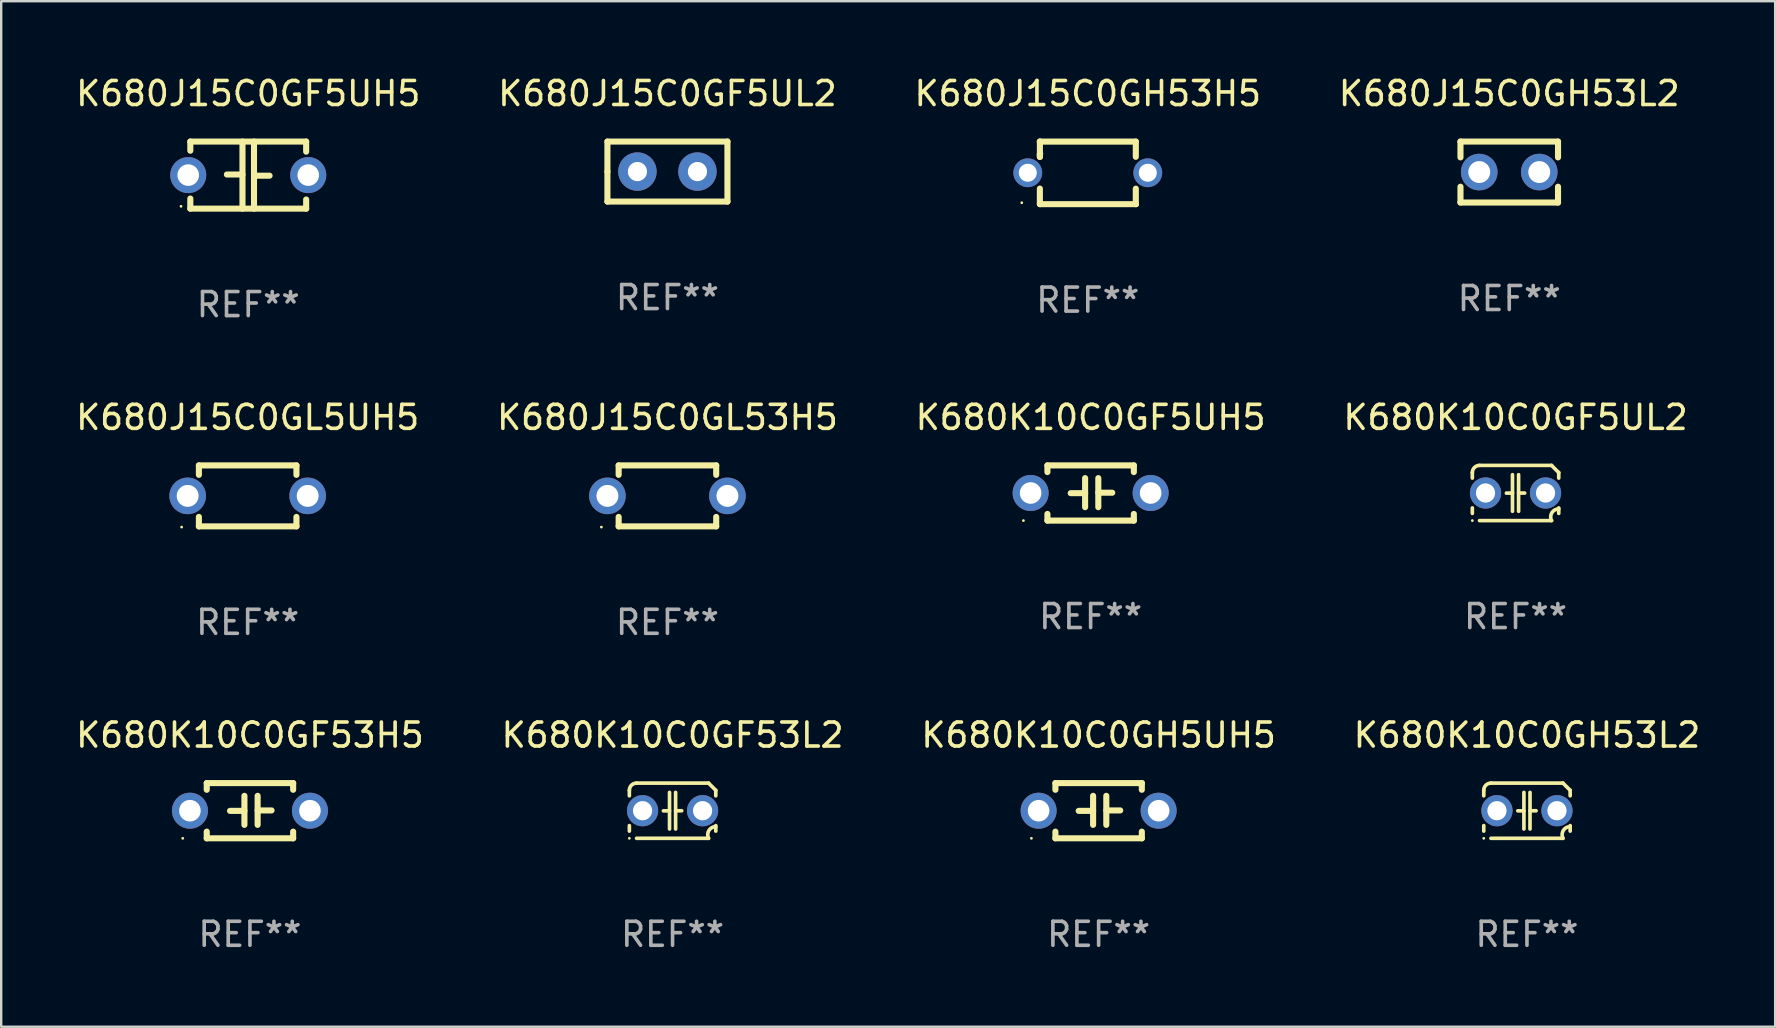
<source format=kicad_pcb>
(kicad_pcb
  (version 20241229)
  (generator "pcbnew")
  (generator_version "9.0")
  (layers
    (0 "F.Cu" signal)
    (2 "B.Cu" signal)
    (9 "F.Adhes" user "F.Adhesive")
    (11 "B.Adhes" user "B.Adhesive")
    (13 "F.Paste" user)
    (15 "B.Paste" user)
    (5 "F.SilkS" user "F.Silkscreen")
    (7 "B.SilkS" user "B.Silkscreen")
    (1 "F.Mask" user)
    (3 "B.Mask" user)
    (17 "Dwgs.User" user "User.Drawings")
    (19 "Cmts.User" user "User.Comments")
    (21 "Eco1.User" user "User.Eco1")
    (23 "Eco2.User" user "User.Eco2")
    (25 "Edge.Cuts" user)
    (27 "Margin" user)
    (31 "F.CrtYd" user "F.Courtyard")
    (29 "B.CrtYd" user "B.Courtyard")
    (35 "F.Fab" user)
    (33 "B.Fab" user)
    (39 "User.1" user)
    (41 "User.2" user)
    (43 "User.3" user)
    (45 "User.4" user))
  (footprint "K680K10C0GH53L2"
    (layer "F.Cu")
    (at 60.565 30.725)
    (property "Reference" "K680K10C0GH53L2" (at 0 -3.15 0) (layer "F.SilkS") (effects (font (size 1 1) (thickness 0.15))))
    (attr through_hole)
    (fp_line (start -1.8 -0.621) (end -1.8 -0.85) (stroke (width 0.152) (type solid)) (layer "F.SilkS"))
    (fp_line (start -1.8 0.85) (end -1.8 0.621) (stroke (width 0.152) (type solid)) (layer "F.SilkS"))
    (fp_line (start -1.5 -1.15) (end 1.5 -1.15) (stroke (width 0.152) (type solid)) (layer "F.SilkS"))
    (fp_line (start -0.127 -0.762) (end -0.127 0.762) (stroke (width 0.152) (type solid)) (layer "F.SilkS"))
    (fp_line (start -0.127 0.005) (end -0.381 0.005) (stroke (width 0.152) (type solid)) (layer "F.SilkS"))
    (fp_line (start 0.127 -0.762) (end 0.127 0.762) (stroke (width 0.152) (type solid)) (layer "F.SilkS"))
    (fp_line (start 0.127 0.002) (end 0.381 0.002) (stroke (width 0.152) (type solid)) (layer "F.SilkS"))
    (fp_line (start 1.5 1.15) (end -1.5 1.15) (stroke (width 0.152) (type solid)) (layer "F.SilkS"))
    (fp_line (start 1.8 -0.85) (end 1.8 -0.621) (stroke (width 0.152) (type solid)) (layer "F.SilkS"))
    (fp_line (start 1.8 0.621) (end 1.8 0.85) (stroke (width 0.152) (type solid)) (layer "F.SilkS"))
    (fp_arc (start -1.799975 -0.849987) (mid -1.712107 -1.062119) (end -1.499975 -1.149987) (stroke (width 0.151994) (type solid)) (layer "F.SilkS"))
    (fp_arc (start 1.499975 1.149987) (mid 1.513726 0.822359) (end 1.799975 0.662387) (stroke (width 0.151994) (type solid)) (layer "F.SilkS"))
    (fp_arc (start 1.500001 -1.149986) (mid 1.650015 -1.000001) (end 1.8 -0.849987) (stroke (width 0.151994) (type solid)) (layer "F.SilkS"))
    (fp_circle (center -1.8 1.15) (end -1.77 1.15) (stroke (width 0.06) (type solid)) (fill no) (layer "F.SilkS"))
    (fp_text user "REF**" (at 0 5.15 0) (layer "F.Fab") (effects (font (size 1 1) (thickness 0.15))))
    (pad "1" thru_hole circle (at -1.25 0) (size 1.3 1.3) (drill 0.8) (layers "*.Cu" "*.Mask"))
    (pad "2" thru_hole circle (at 1.25 0) (size 1.3 1.3) (drill 0.8) (layers "*.Cu" "*.Mask")))
  (footprint "K680J15C0GL5UH5"
    (layer "F.Cu")
    (at 7.268 17.609)
    (property "Reference" "K680J15C0GL5UH5" (at 0 -3.27 0) (layer "F.SilkS") (effects (font (size 1 1) (thickness 0.15))))
    (attr through_hole)
    (fp_line (start -2.032 -1.27) (end -2.032 -0.876) (stroke (width 0.254) (type solid)) (layer "F.SilkS"))
    (fp_line (start -2.032 0.876) (end -2.032 1.27) (stroke (width 0.254) (type solid)) (layer "F.SilkS"))
    (fp_line (start -2.032 1.27) (end 2.032 1.27) (stroke (width 0.254) (type solid)) (layer "F.SilkS"))
    (fp_line (start 2.032 -1.27) (end -2.032 -1.27) (stroke (width 0.254) (type solid)) (layer "F.SilkS"))
    (fp_line (start 2.032 -0.876) (end 2.032 -1.27) (stroke (width 0.254) (type solid)) (layer "F.SilkS"))
    (fp_line (start 2.032 1.27) (end 2.032 0.876) (stroke (width 0.254) (type solid)) (layer "F.SilkS"))
    (fp_circle (center -2.751 1.3) (end -2.721 1.3) (stroke (width 0.06) (type solid)) (fill no) (layer "F.SilkS"))
    (fp_text user "REF**" (at 0 5.27 0) (layer "F.Fab") (effects (font (size 1 1) (thickness 0.15))))
    (pad "1" thru_hole circle (at -2.5 0) (size 1.524 1.524) (drill 0.914) (layers "*.Cu" "*.Mask"))
    (pad "2" thru_hole circle (at 2.5 0) (size 1.524 1.524) (drill 0.914) (layers "*.Cu" "*.Mask")))
  (footprint "K680J15C0GL53H5"
    (layer "F.Cu")
    (at 24.756 17.609)
    (property "Reference" "K680J15C0GL53H5" (at 0 -3.27 0) (layer "F.SilkS") (effects (font (size 1 1) (thickness 0.15))))
    (attr through_hole)
    (fp_line (start -2.032 -1.27) (end -2.032 -0.876) (stroke (width 0.254) (type solid)) (layer "F.SilkS"))
    (fp_line (start -2.032 0.876) (end -2.032 1.27) (stroke (width 0.254) (type solid)) (layer "F.SilkS"))
    (fp_line (start -2.032 1.27) (end 2.032 1.27) (stroke (width 0.254) (type solid)) (layer "F.SilkS"))
    (fp_line (start 2.032 -1.27) (end -2.032 -1.27) (stroke (width 0.254) (type solid)) (layer "F.SilkS"))
    (fp_line (start 2.032 -0.876) (end 2.032 -1.27) (stroke (width 0.254) (type solid)) (layer "F.SilkS"))
    (fp_line (start 2.032 1.27) (end 2.032 0.876) (stroke (width 0.254) (type solid)) (layer "F.SilkS"))
    (fp_circle (center -2.751 1.3) (end -2.721 1.3) (stroke (width 0.06) (type solid)) (fill no) (layer "F.SilkS"))
    (fp_text user "REF**" (at 0 5.27 0) (layer "F.Fab") (effects (font (size 1 1) (thickness 0.15))))
    (pad "1" thru_hole circle (at -2.5 0) (size 1.524 1.524) (drill 0.914) (layers "*.Cu" "*.Mask"))
    (pad "2" thru_hole circle (at 2.5 0) (size 1.524 1.524) (drill 0.914) (layers "*.Cu" "*.Mask")))
  (footprint "K680J15C0GH53H5"
    (layer "F.Cu")
    (at 42.268 4.152)
    (property "Reference" "K680J15C0GH53H5" (at 0 -3.303 0) (layer "F.SilkS") (effects (font (size 1 1) (thickness 0.15))))
    (attr through_hole)
    (fp_line (start -1.996 -0.782) (end -1.983 -0.795) (stroke (width 0.254) (type solid)) (layer "F.SilkS"))
    (fp_line (start -1.996 -0.665) (end -1.996 -0.782) (stroke (width 0.254) (type solid)) (layer "F.SilkS"))
    (fp_line (start -1.996 1.297) (end -1.996 0.655) (stroke (width 0.254) (type solid)) (layer "F.SilkS"))
    (fp_line (start -1.996 -1.303) (end 2.001 -1.303) (stroke (width 0.254) (type solid)) (layer "F.SilkS"))
    (fp_line (start -1.995 -1.303) (end -1.996 -1.303) (stroke (width 0.254) (type solid)) (layer "F.SilkS"))
    (fp_line (start -1.995 -0.664) (end -1.995 -1.303) (stroke (width 0.254) (type solid)) (layer "F.SilkS"))
    (fp_line (start -1.99 1.303) (end -1.996 1.297) (stroke (width 0.254) (type solid)) (layer "F.SilkS"))
    (fp_line (start 2.001 -1.303) (end 2.001 -0.669) (stroke (width 0.254) (type solid)) (layer "F.SilkS"))
    (fp_line (start 2.001 0.659) (end 2.001 1.297) (stroke (width 0.254) (type solid)) (layer "F.SilkS"))
    (fp_line (start 2.001 1.297) (end 2.008 1.303) (stroke (width 0.254) (type solid)) (layer "F.SilkS"))
    (fp_line (start 2.008 1.303) (end -1.99 1.303) (stroke (width 0.254) (type solid)) (layer "F.SilkS"))
    (fp_circle (center -2.75 1.245) (end -2.72 1.245) (stroke (width 0.06) (type solid)) (fill no) (layer "F.SilkS"))
    (fp_text user "REF**" (at 0 5.303 0) (layer "F.Fab") (effects (font (size 1 1) (thickness 0.15))))
    (pad "1" thru_hole circle (at -2.5 -0.005) (size 1.2 1.2) (drill 0.75) (layers "*.Cu" "*.Mask"))
    (pad "2" thru_hole circle (at 2.5 -0.005) (size 1.2 1.2) (drill 0.75) (layers "*.Cu" "*.Mask")))
  (footprint "K680K10C0GH5UH5"
    (layer "F.Cu")
    (at 42.72 30.725)
    (property "Reference" "K680K10C0GH5UH5" (at 0 -3.15 0) (layer "F.SilkS") (effects (font (size 1 1) (thickness 0.15))))
    (attr through_hole)
    (fp_line (start -1.8 -1.15) (end -1.8 -0.872) (stroke (width 0.254) (type solid)) (layer "F.SilkS"))
    (fp_line (start -1.8 -1.15) (end 1.8 -1.15) (stroke (width 0.254) (type solid)) (layer "F.SilkS"))
    (fp_line (start -1.8 0.872) (end -1.8 1.15) (stroke (width 0.254) (type solid)) (layer "F.SilkS"))
    (fp_line (start -1.8 1.15) (end 1.8 1.15) (stroke (width 0.254) (type solid)) (layer "F.SilkS"))
    (fp_line (start -0.23 -0.62) (end -0.23 0.59) (stroke (width 0.254) (type solid)) (layer "F.SilkS"))
    (fp_line (start -0.23 0.007) (end -0.83 0.007) (stroke (width 0.254) (type solid)) (layer "F.SilkS"))
    (fp_line (start 0.32 -0.62) (end 0.32 0.59) (stroke (width 0.254) (type solid)) (layer "F.SilkS"))
    (fp_line (start 0.32 -0.012) (end 0.9 -0.012) (stroke (width 0.254) (type solid)) (layer "F.SilkS"))
    (fp_line (start 1.8 -1.15) (end 1.8 -0.872) (stroke (width 0.254) (type solid)) (layer "F.SilkS"))
    (fp_line (start 1.8 0.872) (end 1.8 1.15) (stroke (width 0.254) (type solid)) (layer "F.SilkS"))
    (fp_circle (center -2.8 1.15) (end -2.77 1.15) (stroke (width 0.06) (type solid)) (fill no) (layer "F.SilkS"))
    (fp_text user "REF**" (at 0 5.15 0) (layer "F.Fab") (effects (font (size 1 1) (thickness 0.15))))
    (pad "1" thru_hole circle (at -2.5 0) (size 1.5 1.5) (drill 0.9) (layers "*.Cu" "*.Mask"))
    (pad "2" thru_hole circle (at 2.5 0) (size 1.5 1.5) (drill 0.9) (layers "*.Cu" "*.Mask")))
  (footprint "K680J15C0GF5UH5"
    (layer "F.Cu")
    (at 7.292 4.245)
    (property "Reference" "K680J15C0GF5UH5" (at 0 -3.397 0) (layer "F.SilkS") (effects (font (size 1 1) (thickness 0.15))))
    (attr through_hole)
    (fp_line (start -2.413 -1.397) (end 2.413 -1.397) (stroke (width 0.254) (type solid)) (layer "F.SilkS"))
    (fp_line (start -2.413 -1.016) (end -2.413 -1.397) (stroke (width 0.254) (type solid)) (layer "F.SilkS"))
    (fp_line (start -2.413 0.977) (end -2.413 1.397) (stroke (width 0.254) (type solid)) (layer "F.SilkS"))
    (fp_line (start -0.24 -0.025) (end -0.889 -0.025) (stroke (width 0.254) (type solid)) (layer "F.SilkS"))
    (fp_line (start -0.24 1.397) (end -0.24 -1.397) (stroke (width 0.254) (type solid)) (layer "F.SilkS"))
    (fp_line (start 0.24 -1.397) (end 0.24 1.397) (stroke (width 0.254) (type solid)) (layer "F.SilkS"))
    (fp_line (start 0.24 0.025) (end 0.889 0.025) (stroke (width 0.254) (type solid)) (layer "F.SilkS"))
    (fp_line (start 2.413 -0.977) (end 2.413 -1.397) (stroke (width 0.254) (type solid)) (layer "F.SilkS"))
    (fp_line (start 2.413 1.016) (end 2.413 1.397) (stroke (width 0.254) (type solid)) (layer "F.SilkS"))
    (fp_line (start 2.413 1.397) (end -2.413 1.397) (stroke (width 0.254) (type solid)) (layer "F.SilkS"))
    (fp_circle (center -2.8 1.3) (end -2.77 1.3) (stroke (width 0.06) (type solid)) (fill no) (layer "F.SilkS"))
    (fp_text user "REF**" (at 0 5.397 0) (layer "F.Fab") (effects (font (size 1 1) (thickness 0.15))))
    (pad "1" thru_hole circle (at -2.5 0) (size 1.5 1.5) (drill 0.9) (layers "*.Cu" "*.Mask"))
    (pad "2" thru_hole circle (at 2.5 0) (size 1.5 1.5) (drill 0.9) (layers "*.Cu" "*.Mask")))
  (footprint "K680K10C0GF5UH5"
    (layer "F.Cu")
    (at 42.387 17.489)
    (property "Reference" "K680K10C0GF5UH5" (at 0 -3.15 0) (layer "F.SilkS") (effects (font (size 1 1) (thickness 0.15))))
    (attr through_hole)
    (fp_line (start -1.8 -1.15) (end -1.8 -0.872) (stroke (width 0.254) (type solid)) (layer "F.SilkS"))
    (fp_line (start -1.8 -1.15) (end 1.8 -1.15) (stroke (width 0.254) (type solid)) (layer "F.SilkS"))
    (fp_line (start -1.8 0.872) (end -1.8 1.15) (stroke (width 0.254) (type solid)) (layer "F.SilkS"))
    (fp_line (start -1.8 1.15) (end 1.8 1.15) (stroke (width 0.254) (type solid)) (layer "F.SilkS"))
    (fp_line (start -0.23 -0.62) (end -0.23 0.59) (stroke (width 0.254) (type solid)) (layer "F.SilkS"))
    (fp_line (start -0.23 0.007) (end -0.83 0.007) (stroke (width 0.254) (type solid)) (layer "F.SilkS"))
    (fp_line (start 0.32 -0.62) (end 0.32 0.59) (stroke (width 0.254) (type solid)) (layer "F.SilkS"))
    (fp_line (start 0.32 -0.012) (end 0.9 -0.012) (stroke (width 0.254) (type solid)) (layer "F.SilkS"))
    (fp_line (start 1.8 -1.15) (end 1.8 -0.872) (stroke (width 0.254) (type solid)) (layer "F.SilkS"))
    (fp_line (start 1.8 0.872) (end 1.8 1.15) (stroke (width 0.254) (type solid)) (layer "F.SilkS"))
    (fp_circle (center -2.8 1.15) (end -2.77 1.15) (stroke (width 0.06) (type solid)) (fill no) (layer "F.SilkS"))
    (fp_text user "REF**" (at 0 5.15 0) (layer "F.Fab") (effects (font (size 1 1) (thickness 0.15))))
    (pad "1" thru_hole circle (at -2.5 0) (size 1.5 1.5) (drill 0.9) (layers "*.Cu" "*.Mask"))
    (pad "2" thru_hole circle (at 2.5 0) (size 1.5 1.5) (drill 0.9) (layers "*.Cu" "*.Mask")))
  (footprint "K680K10C0GF53L2"
    (layer "F.Cu")
    (at 24.97 30.725)
    (property "Reference" "K680K10C0GF53L2" (at 0 -3.15 0) (layer "F.SilkS") (effects (font (size 1 1) (thickness 0.15))))
    (attr through_hole)
    (fp_line (start -1.8 -0.621) (end -1.8 -0.85) (stroke (width 0.152) (type solid)) (layer "F.SilkS"))
    (fp_line (start -1.8 0.85) (end -1.8 0.621) (stroke (width 0.152) (type solid)) (layer "F.SilkS"))
    (fp_line (start -1.5 -1.15) (end 1.5 -1.15) (stroke (width 0.152) (type solid)) (layer "F.SilkS"))
    (fp_line (start -0.127 -0.762) (end -0.127 0.762) (stroke (width 0.152) (type solid)) (layer "F.SilkS"))
    (fp_line (start -0.127 0.005) (end -0.381 0.005) (stroke (width 0.152) (type solid)) (layer "F.SilkS"))
    (fp_line (start 0.127 -0.762) (end 0.127 0.762) (stroke (width 0.152) (type solid)) (layer "F.SilkS"))
    (fp_line (start 0.127 0.002) (end 0.381 0.002) (stroke (width 0.152) (type solid)) (layer "F.SilkS"))
    (fp_line (start 1.5 1.15) (end -1.5 1.15) (stroke (width 0.152) (type solid)) (layer "F.SilkS"))
    (fp_line (start 1.8 -0.85) (end 1.8 -0.621) (stroke (width 0.152) (type solid)) (layer "F.SilkS"))
    (fp_line (start 1.8 0.621) (end 1.8 0.85) (stroke (width 0.152) (type solid)) (layer "F.SilkS"))
    (fp_arc (start -1.799975 -0.849987) (mid -1.712107 -1.062119) (end -1.499975 -1.149987) (stroke (width 0.151994) (type solid)) (layer "F.SilkS"))
    (fp_arc (start 1.499975 1.149987) (mid 1.513726 0.822359) (end 1.799975 0.662387) (stroke (width 0.151994) (type solid)) (layer "F.SilkS"))
    (fp_arc (start 1.500001 -1.149986) (mid 1.650015 -1.000001) (end 1.8 -0.849987) (stroke (width 0.151994) (type solid)) (layer "F.SilkS"))
    (fp_circle (center -1.8 1.15) (end -1.77 1.15) (stroke (width 0.06) (type solid)) (fill no) (layer "F.SilkS"))
    (fp_text user "REF**" (at 0 5.15 0) (layer "F.Fab") (effects (font (size 1 1) (thickness 0.15))))
    (pad "1" thru_hole circle (at -1.25 0) (size 1.3 1.3) (drill 0.8) (layers "*.Cu" "*.Mask"))
    (pad "2" thru_hole circle (at 1.25 0) (size 1.3 1.3) (drill 0.8) (layers "*.Cu" "*.Mask")))
  (footprint "K680K10C0GF5UL2"
    (layer "F.Cu")
    (at 60.089 17.489)
    (property "Reference" "K680K10C0GF5UL2" (at 0 -3.15 0) (layer "F.SilkS") (effects (font (size 1 1) (thickness 0.15))))
    (attr through_hole)
    (fp_line (start -1.8 -0.621) (end -1.8 -0.85) (stroke (width 0.152) (type solid)) (layer "F.SilkS"))
    (fp_line (start -1.8 0.85) (end -1.8 0.621) (stroke (width 0.152) (type solid)) (layer "F.SilkS"))
    (fp_line (start -1.5 -1.15) (end 1.5 -1.15) (stroke (width 0.152) (type solid)) (layer "F.SilkS"))
    (fp_line (start -0.127 -0.762) (end -0.127 0.762) (stroke (width 0.152) (type solid)) (layer "F.SilkS"))
    (fp_line (start -0.127 0.005) (end -0.381 0.005) (stroke (width 0.152) (type solid)) (layer "F.SilkS"))
    (fp_line (start 0.127 -0.762) (end 0.127 0.762) (stroke (width 0.152) (type solid)) (layer "F.SilkS"))
    (fp_line (start 0.127 0.002) (end 0.381 0.002) (stroke (width 0.152) (type solid)) (layer "F.SilkS"))
    (fp_line (start 1.5 1.15) (end -1.5 1.15) (stroke (width 0.152) (type solid)) (layer "F.SilkS"))
    (fp_line (start 1.8 -0.85) (end 1.8 -0.621) (stroke (width 0.152) (type solid)) (layer "F.SilkS"))
    (fp_line (start 1.8 0.621) (end 1.8 0.85) (stroke (width 0.152) (type solid)) (layer "F.SilkS"))
    (fp_arc (start -1.799975 -0.849987) (mid -1.712107 -1.062119) (end -1.499975 -1.149987) (stroke (width 0.151994) (type solid)) (layer "F.SilkS"))
    (fp_arc (start 1.499975 1.149987) (mid 1.513726 0.822359) (end 1.799975 0.662387) (stroke (width 0.151994) (type solid)) (layer "F.SilkS"))
    (fp_arc (start 1.500001 -1.149986) (mid 1.650015 -1.000001) (end 1.8 -0.849987) (stroke (width 0.151994) (type solid)) (layer "F.SilkS"))
    (fp_circle (center -1.8 1.15) (end -1.77 1.15) (stroke (width 0.06) (type solid)) (fill no) (layer "F.SilkS"))
    (fp_text user "REF**" (at 0 5.15 0) (layer "F.Fab") (effects (font (size 1 1) (thickness 0.15))))
    (pad "1" thru_hole circle (at -1.25 0) (size 1.3 1.3) (drill 0.8) (layers "*.Cu" "*.Mask"))
    (pad "2" thru_hole circle (at 1.25 0) (size 1.3 1.3) (drill 0.8) (layers "*.Cu" "*.Mask")))
  (footprint "K680J15C0GF5UL2"
    (layer "F.Cu")
    (at 24.756 4.098)
    (property "Reference" "K680J15C0GF5UL2" (at 0 -3.25 0) (layer "F.SilkS") (effects (font (size 1 1) (thickness 0.15))))
    (attr through_hole)
    (fp_line (start -2.5 -1.25) (end 2.5 -1.25) (stroke (width 0.254) (type solid)) (layer "F.SilkS"))
    (fp_line (start -2.5 0) (end -2.5 -1.25) (stroke (width 0.254) (type solid)) (layer "F.SilkS"))
    (fp_line (start -2.5 1.25) (end -2.5 0) (stroke (width 0.254) (type solid)) (layer "F.SilkS"))
    (fp_line (start 2.5 -1.25) (end 2.5 1.25) (stroke (width 0.254) (type solid)) (layer "F.SilkS"))
    (fp_line (start 2.5 1.25) (end -2.5 1.25) (stroke (width 0.254) (type solid)) (layer "F.SilkS"))
    (fp_circle (center -2.5 1.25) (end -2.47 1.25) (stroke (width 0.06) (type solid)) (fill no) (layer "F.SilkS"))
    (fp_text user "REF**" (at 0 5.25 0) (layer "F.Fab") (effects (font (size 1 1) (thickness 0.15))))
    (pad "1" thru_hole circle (at -1.25 0) (size 1.6 1.6) (drill 0.8) (layers "*.Cu" "*.Mask"))
    (pad "2" thru_hole circle (at 1.25 0) (size 1.6 1.6) (drill 0.8) (layers "*.Cu" "*.Mask")))
  (footprint "K680K10C0GF53H5"
    (layer "F.Cu")
    (at 7.363 30.725)
    (property "Reference" "K680K10C0GF53H5" (at 0 -3.15 0) (layer "F.SilkS") (effects (font (size 1 1) (thickness 0.15))))
    (attr through_hole)
    (fp_line (start -1.8 -1.15) (end -1.8 -0.872) (stroke (width 0.254) (type solid)) (layer "F.SilkS"))
    (fp_line (start -1.8 -1.15) (end 1.8 -1.15) (stroke (width 0.254) (type solid)) (layer "F.SilkS"))
    (fp_line (start -1.8 0.872) (end -1.8 1.15) (stroke (width 0.254) (type solid)) (layer "F.SilkS"))
    (fp_line (start -1.8 1.15) (end 1.8 1.15) (stroke (width 0.254) (type solid)) (layer "F.SilkS"))
    (fp_line (start -0.23 -0.62) (end -0.23 0.59) (stroke (width 0.254) (type solid)) (layer "F.SilkS"))
    (fp_line (start -0.23 0.007) (end -0.83 0.007) (stroke (width 0.254) (type solid)) (layer "F.SilkS"))
    (fp_line (start 0.32 -0.62) (end 0.32 0.59) (stroke (width 0.254) (type solid)) (layer "F.SilkS"))
    (fp_line (start 0.32 -0.012) (end 0.9 -0.012) (stroke (width 0.254) (type solid)) (layer "F.SilkS"))
    (fp_line (start 1.8 -1.15) (end 1.8 -0.872) (stroke (width 0.254) (type solid)) (layer "F.SilkS"))
    (fp_line (start 1.8 0.872) (end 1.8 1.15) (stroke (width 0.254) (type solid)) (layer "F.SilkS"))
    (fp_circle (center -2.8 1.15) (end -2.77 1.15) (stroke (width 0.06) (type solid)) (fill no) (layer "F.SilkS"))
    (fp_text user "REF**" (at 0 5.15 0) (layer "F.Fab") (effects (font (size 1 1) (thickness 0.15))))
    (pad "1" thru_hole circle (at -2.5 0) (size 1.5 1.5) (drill 0.9) (layers "*.Cu" "*.Mask"))
    (pad "2" thru_hole circle (at 2.5 0) (size 1.5 1.5) (drill 0.9) (layers "*.Cu" "*.Mask")))
  (footprint "K680J15C0GH53L2"
    (layer "F.Cu")
    (at 59.827 4.118)
    (property "Reference" "K680J15C0GH53L2" (at 0 -3.27 0) (layer "F.SilkS") (effects (font (size 1 1) (thickness 0.15))))
    (attr through_hole)
    (fp_line (start -2.032 -1.27) (end -2.032 -0.611) (stroke (width 0.254) (type solid)) (layer "F.SilkS"))
    (fp_line (start -2.032 0.611) (end -2.032 1.27) (stroke (width 0.254) (type solid)) (layer "F.SilkS"))
    (fp_line (start -2.032 1.27) (end 2.032 1.27) (stroke (width 0.254) (type solid)) (layer "F.SilkS"))
    (fp_line (start 2.032 -1.27) (end -2.032 -1.27) (stroke (width 0.254) (type solid)) (layer "F.SilkS"))
    (fp_line (start 2.032 -0.611) (end 2.032 -1.27) (stroke (width 0.254) (type solid)) (layer "F.SilkS"))
    (fp_line (start 2.032 1.27) (end 2.032 0.611) (stroke (width 0.254) (type solid)) (layer "F.SilkS"))
    (fp_circle (center -2 1.3) (end -1.97 1.3) (stroke (width 0.06) (type solid)) (fill no) (layer "F.SilkS"))
    (fp_text user "REF**" (at 0 5.27 0) (layer "F.Fab") (effects (font (size 1 1) (thickness 0.15))))
    (pad "1" thru_hole circle (at -1.25 0) (size 1.524 1.524) (drill 0.914) (layers "*.Cu" "*.Mask"))
    (pad "2" thru_hole circle (at 1.25 0) (size 1.524 1.524) (drill 0.914) (layers "*.Cu" "*.Mask")))
  (gr_rect
    (start -3 -3)
    (end 70.905 39.724)
    (stroke (width 0.1) (type default))
    (fill no)
    (layer "Edge.Cuts")))
</source>
